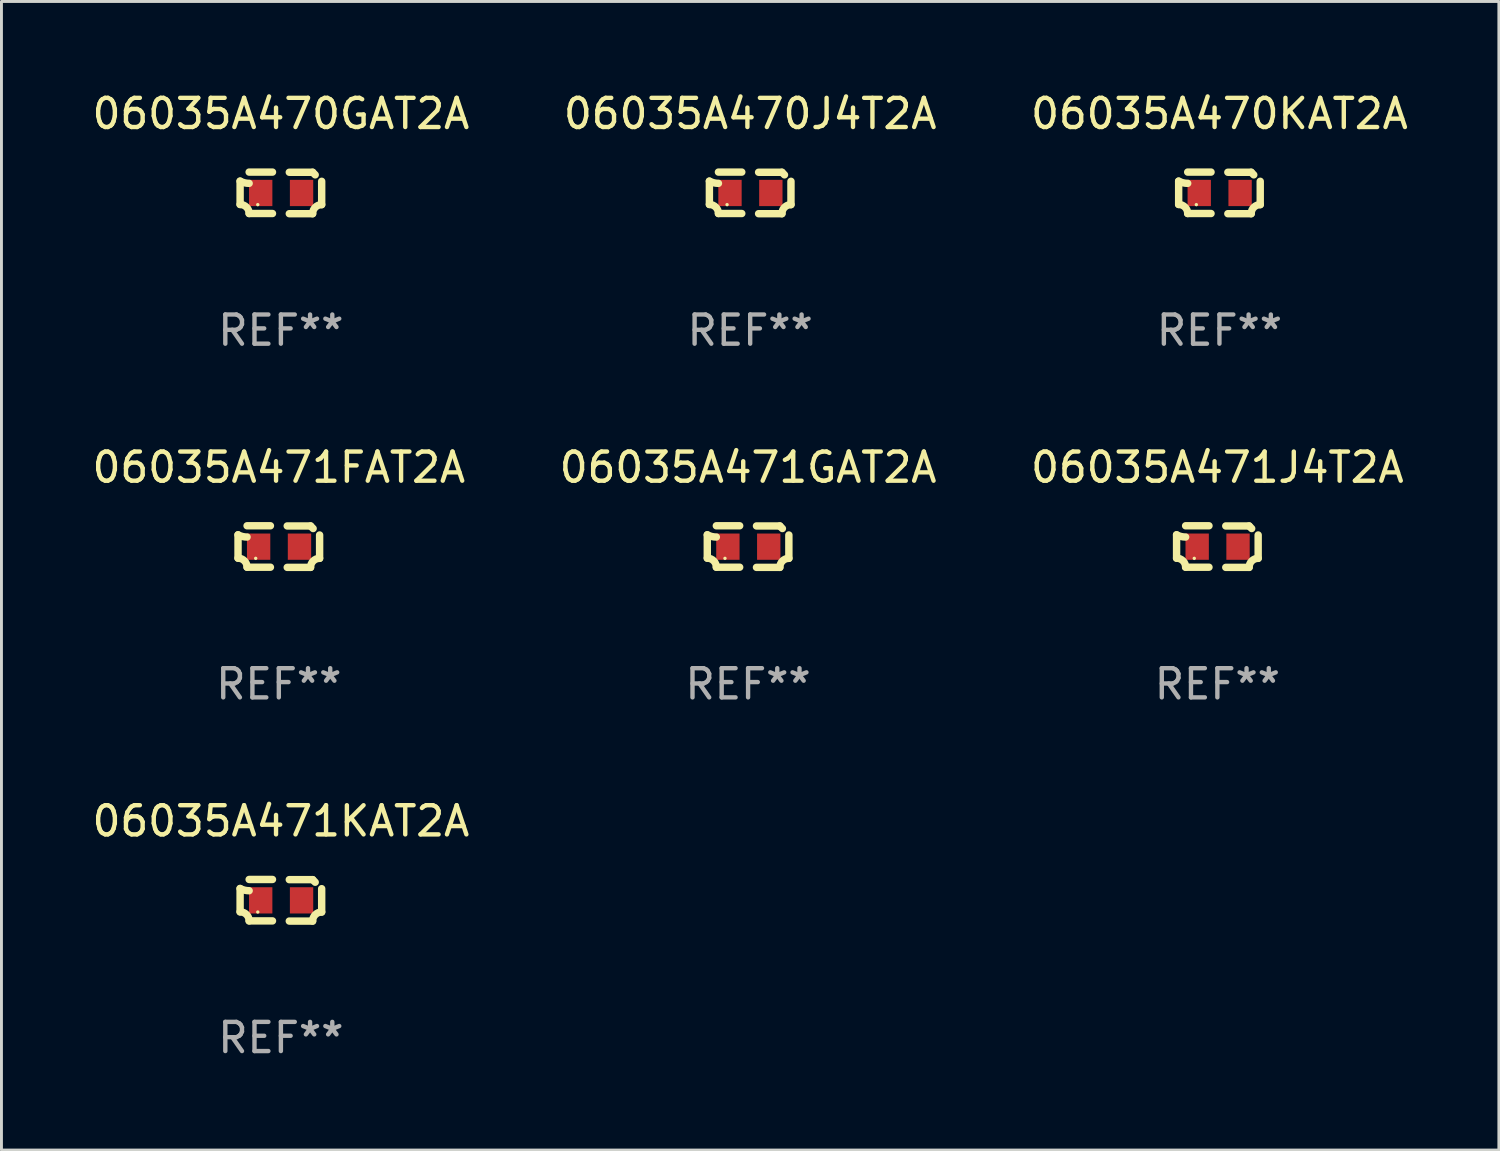
<source format=kicad_pcb>
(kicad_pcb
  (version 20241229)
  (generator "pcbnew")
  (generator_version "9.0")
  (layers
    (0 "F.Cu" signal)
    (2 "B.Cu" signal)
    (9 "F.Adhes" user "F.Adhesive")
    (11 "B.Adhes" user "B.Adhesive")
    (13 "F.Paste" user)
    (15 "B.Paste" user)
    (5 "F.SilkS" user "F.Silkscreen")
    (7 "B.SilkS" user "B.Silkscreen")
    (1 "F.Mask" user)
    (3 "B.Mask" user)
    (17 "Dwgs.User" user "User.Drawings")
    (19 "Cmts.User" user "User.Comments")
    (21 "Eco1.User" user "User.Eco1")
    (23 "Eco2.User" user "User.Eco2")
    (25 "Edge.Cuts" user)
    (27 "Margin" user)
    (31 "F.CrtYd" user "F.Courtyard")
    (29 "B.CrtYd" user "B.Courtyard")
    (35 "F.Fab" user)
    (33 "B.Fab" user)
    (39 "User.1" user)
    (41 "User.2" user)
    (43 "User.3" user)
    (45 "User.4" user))
  (footprint "06035A471FAT2A"
    (layer "F.Cu")
    (at 6.506 15.683)
    (property "Reference" "06035A471FAT2A" (at 0 -2.713 0) (layer "F.SilkS") (effects (font (size 1 1) (thickness 0.15))))
    (attr through_hole)
    (fp_line (start -1.398 -0.403) (end -1.398 0.397) (stroke (width 0.254) (type solid)) (layer "F.SilkS"))
    (fp_line (start -0.288 -0.713) (end -1.088 -0.713) (stroke (width 0.254) (type solid)) (layer "F.SilkS"))
    (fp_line (start -0.288 0.707) (end -1.088 0.707) (stroke (width 0.254) (type solid)) (layer "F.SilkS"))
    (fp_line (start 0.288 -0.707) (end 1.088 -0.707) (stroke (width 0.254) (type solid)) (layer "F.SilkS"))
    (fp_line (start 0.288 0.713) (end 1.088 0.713) (stroke (width 0.254) (type solid)) (layer "F.SilkS"))
    (fp_line (start 1.398 -0.397) (end 1.398 0.403) (stroke (width 0.254) (type solid)) (layer "F.SilkS"))
    (fp_arc (start -1.397789 0.397066) (mid -1.178701 0.487826) (end -1.08796 0.706922) (stroke (width 0.254001) (type solid)) (layer "F.SilkS"))
    (fp_arc (start -1.08796 -0.327176) (mid -1.247436 -0.346384) (end -1.39779 -0.402908) (stroke (width 0.254001) (type solid)) (layer "F.SilkS"))
    (fp_arc (start 1.087909 0.712738) (mid 1.178656 0.493655) (end 1.397739 0.402908) (stroke (width 0.254001) (type solid)) (layer "F.SilkS"))
    (fp_arc (start 1.175925 -0.618926) (mid 1.131917 -0.662923) (end 1.08791 -0.706922) (stroke (width 0.254001) (type solid)) (layer "F.SilkS"))
    (fp_circle (center -0.792 0.403) (end -0.762 0.403) (stroke (width 0.06) (type solid)) (fill no) (layer "F.SilkS"))
    (fp_text user "REF**" (at 0 4.713 0) (layer "F.Fab") (effects (font (size 1 1) (thickness 0.15))))
    (pad "1" smd rect (at -0.692 0.003) (size 0.8 0.9) (layers "F.Cu" "F.Mask" "F.Paste"))
    (pad "2" smd rect (at 0.708 0.003) (size 0.8 0.9) (layers "F.Cu" "F.Mask" "F.Paste")))
  (footprint "06035A470GAT2A"
    (layer "F.Cu")
    (at 6.577 3.561)
    (property "Reference" "06035A470GAT2A" (at 0 -2.713 0) (layer "F.SilkS") (effects (font (size 1 1) (thickness 0.15))))
    (attr through_hole)
    (fp_line (start -1.398 -0.403) (end -1.398 0.397) (stroke (width 0.254) (type solid)) (layer "F.SilkS"))
    (fp_line (start -0.288 -0.713) (end -1.088 -0.713) (stroke (width 0.254) (type solid)) (layer "F.SilkS"))
    (fp_line (start -0.288 0.707) (end -1.088 0.707) (stroke (width 0.254) (type solid)) (layer "F.SilkS"))
    (fp_line (start 0.288 -0.707) (end 1.088 -0.707) (stroke (width 0.254) (type solid)) (layer "F.SilkS"))
    (fp_line (start 0.288 0.713) (end 1.088 0.713) (stroke (width 0.254) (type solid)) (layer "F.SilkS"))
    (fp_line (start 1.398 -0.397) (end 1.398 0.403) (stroke (width 0.254) (type solid)) (layer "F.SilkS"))
    (fp_arc (start -1.397789 0.397066) (mid -1.178701 0.487826) (end -1.08796 0.706922) (stroke (width 0.254001) (type solid)) (layer "F.SilkS"))
    (fp_arc (start -1.08796 -0.327176) (mid -1.247436 -0.346384) (end -1.39779 -0.402908) (stroke (width 0.254001) (type solid)) (layer "F.SilkS"))
    (fp_arc (start 1.087909 0.712738) (mid 1.178656 0.493655) (end 1.397739 0.402908) (stroke (width 0.254001) (type solid)) (layer "F.SilkS"))
    (fp_arc (start 1.175925 -0.618926) (mid 1.131917 -0.662923) (end 1.08791 -0.706922) (stroke (width 0.254001) (type solid)) (layer "F.SilkS"))
    (fp_circle (center -0.792 0.403) (end -0.762 0.403) (stroke (width 0.06) (type solid)) (fill no) (layer "F.SilkS"))
    (fp_text user "REF**" (at 0 4.713 0) (layer "F.Fab") (effects (font (size 1 1) (thickness 0.15))))
    (pad "1" smd rect (at -0.692 0.003) (size 0.8 0.9) (layers "F.Cu" "F.Mask" "F.Paste"))
    (pad "2" smd rect (at 0.708 0.003) (size 0.8 0.9) (layers "F.Cu" "F.Mask" "F.Paste")))
  (footprint "06035A470KAT2A"
    (layer "F.Cu")
    (at 38.744 3.561)
    (property "Reference" "06035A470KAT2A" (at 0 -2.713 0) (layer "F.SilkS") (effects (font (size 1 1) (thickness 0.15))))
    (attr through_hole)
    (fp_line (start -1.398 -0.403) (end -1.398 0.397) (stroke (width 0.254) (type solid)) (layer "F.SilkS"))
    (fp_line (start -0.288 -0.713) (end -1.088 -0.713) (stroke (width 0.254) (type solid)) (layer "F.SilkS"))
    (fp_line (start -0.288 0.707) (end -1.088 0.707) (stroke (width 0.254) (type solid)) (layer "F.SilkS"))
    (fp_line (start 0.288 -0.707) (end 1.088 -0.707) (stroke (width 0.254) (type solid)) (layer "F.SilkS"))
    (fp_line (start 0.288 0.713) (end 1.088 0.713) (stroke (width 0.254) (type solid)) (layer "F.SilkS"))
    (fp_line (start 1.398 -0.397) (end 1.398 0.403) (stroke (width 0.254) (type solid)) (layer "F.SilkS"))
    (fp_arc (start -1.397789 0.397066) (mid -1.178701 0.487826) (end -1.08796 0.706922) (stroke (width 0.254001) (type solid)) (layer "F.SilkS"))
    (fp_arc (start -1.08796 -0.327176) (mid -1.247436 -0.346384) (end -1.39779 -0.402908) (stroke (width 0.254001) (type solid)) (layer "F.SilkS"))
    (fp_arc (start 1.087909 0.712738) (mid 1.178656 0.493655) (end 1.397739 0.402908) (stroke (width 0.254001) (type solid)) (layer "F.SilkS"))
    (fp_arc (start 1.175925 -0.618926) (mid 1.131917 -0.662923) (end 1.08791 -0.706922) (stroke (width 0.254001) (type solid)) (layer "F.SilkS"))
    (fp_circle (center -0.792 0.403) (end -0.762 0.403) (stroke (width 0.06) (type solid)) (fill no) (layer "F.SilkS"))
    (fp_text user "REF**" (at 0 4.713 0) (layer "F.Fab") (effects (font (size 1 1) (thickness 0.15))))
    (pad "1" smd rect (at -0.692 0.003) (size 0.8 0.9) (layers "F.Cu" "F.Mask" "F.Paste"))
    (pad "2" smd rect (at 0.708 0.003) (size 0.8 0.9) (layers "F.Cu" "F.Mask" "F.Paste")))
  (footprint "06035A471J4T2A"
    (layer "F.Cu")
    (at 38.673 15.683)
    (property "Reference" "06035A471J4T2A" (at 0 -2.713 0) (layer "F.SilkS") (effects (font (size 1 1) (thickness 0.15))))
    (attr through_hole)
    (fp_line (start -1.398 -0.403) (end -1.398 0.397) (stroke (width 0.254) (type solid)) (layer "F.SilkS"))
    (fp_line (start -0.288 -0.713) (end -1.088 -0.713) (stroke (width 0.254) (type solid)) (layer "F.SilkS"))
    (fp_line (start -0.288 0.707) (end -1.088 0.707) (stroke (width 0.254) (type solid)) (layer "F.SilkS"))
    (fp_line (start 0.288 -0.707) (end 1.088 -0.707) (stroke (width 0.254) (type solid)) (layer "F.SilkS"))
    (fp_line (start 0.288 0.713) (end 1.088 0.713) (stroke (width 0.254) (type solid)) (layer "F.SilkS"))
    (fp_line (start 1.398 -0.397) (end 1.398 0.403) (stroke (width 0.254) (type solid)) (layer "F.SilkS"))
    (fp_arc (start -1.397789 0.397066) (mid -1.178701 0.487826) (end -1.08796 0.706922) (stroke (width 0.254001) (type solid)) (layer "F.SilkS"))
    (fp_arc (start -1.08796 -0.327176) (mid -1.247436 -0.346384) (end -1.39779 -0.402908) (stroke (width 0.254001) (type solid)) (layer "F.SilkS"))
    (fp_arc (start 1.087909 0.712738) (mid 1.178656 0.493655) (end 1.397739 0.402908) (stroke (width 0.254001) (type solid)) (layer "F.SilkS"))
    (fp_arc (start 1.175925 -0.618926) (mid 1.131917 -0.662923) (end 1.08791 -0.706922) (stroke (width 0.254001) (type solid)) (layer "F.SilkS"))
    (fp_circle (center -0.792 0.403) (end -0.762 0.403) (stroke (width 0.06) (type solid)) (fill no) (layer "F.SilkS"))
    (fp_text user "REF**" (at 0 4.713 0) (layer "F.Fab") (effects (font (size 1 1) (thickness 0.15))))
    (pad "1" smd rect (at -0.692 0.003) (size 0.8 0.9) (layers "F.Cu" "F.Mask" "F.Paste"))
    (pad "2" smd rect (at 0.708 0.003) (size 0.8 0.9) (layers "F.Cu" "F.Mask" "F.Paste")))
  (footprint "06035A470J4T2A"
    (layer "F.Cu")
    (at 22.661 3.561)
    (property "Reference" "06035A470J4T2A" (at 0 -2.713 0) (layer "F.SilkS") (effects (font (size 1 1) (thickness 0.15))))
    (attr through_hole)
    (fp_line (start -1.398 -0.403) (end -1.398 0.397) (stroke (width 0.254) (type solid)) (layer "F.SilkS"))
    (fp_line (start -0.288 -0.713) (end -1.088 -0.713) (stroke (width 0.254) (type solid)) (layer "F.SilkS"))
    (fp_line (start -0.288 0.707) (end -1.088 0.707) (stroke (width 0.254) (type solid)) (layer "F.SilkS"))
    (fp_line (start 0.288 -0.707) (end 1.088 -0.707) (stroke (width 0.254) (type solid)) (layer "F.SilkS"))
    (fp_line (start 0.288 0.713) (end 1.088 0.713) (stroke (width 0.254) (type solid)) (layer "F.SilkS"))
    (fp_line (start 1.398 -0.397) (end 1.398 0.403) (stroke (width 0.254) (type solid)) (layer "F.SilkS"))
    (fp_arc (start -1.397789 0.397066) (mid -1.178701 0.487826) (end -1.08796 0.706922) (stroke (width 0.254001) (type solid)) (layer "F.SilkS"))
    (fp_arc (start -1.08796 -0.327176) (mid -1.247436 -0.346384) (end -1.39779 -0.402908) (stroke (width 0.254001) (type solid)) (layer "F.SilkS"))
    (fp_arc (start 1.087909 0.712738) (mid 1.178656 0.493655) (end 1.397739 0.402908) (stroke (width 0.254001) (type solid)) (layer "F.SilkS"))
    (fp_arc (start 1.175925 -0.618926) (mid 1.131917 -0.662923) (end 1.08791 -0.706922) (stroke (width 0.254001) (type solid)) (layer "F.SilkS"))
    (fp_circle (center -0.792 0.403) (end -0.762 0.403) (stroke (width 0.06) (type solid)) (fill no) (layer "F.SilkS"))
    (fp_text user "REF**" (at 0 4.713 0) (layer "F.Fab") (effects (font (size 1 1) (thickness 0.15))))
    (pad "1" smd rect (at -0.692 0.003) (size 0.8 0.9) (layers "F.Cu" "F.Mask" "F.Paste"))
    (pad "2" smd rect (at 0.708 0.003) (size 0.8 0.9) (layers "F.Cu" "F.Mask" "F.Paste")))
  (footprint "06035A471GAT2A"
    (layer "F.Cu")
    (at 22.589 15.683)
    (property "Reference" "06035A471GAT2A" (at 0 -2.713 0) (layer "F.SilkS") (effects (font (size 1 1) (thickness 0.15))))
    (attr through_hole)
    (fp_line (start -1.398 -0.403) (end -1.398 0.397) (stroke (width 0.254) (type solid)) (layer "F.SilkS"))
    (fp_line (start -0.288 -0.713) (end -1.088 -0.713) (stroke (width 0.254) (type solid)) (layer "F.SilkS"))
    (fp_line (start -0.288 0.707) (end -1.088 0.707) (stroke (width 0.254) (type solid)) (layer "F.SilkS"))
    (fp_line (start 0.288 -0.707) (end 1.088 -0.707) (stroke (width 0.254) (type solid)) (layer "F.SilkS"))
    (fp_line (start 0.288 0.713) (end 1.088 0.713) (stroke (width 0.254) (type solid)) (layer "F.SilkS"))
    (fp_line (start 1.398 -0.397) (end 1.398 0.403) (stroke (width 0.254) (type solid)) (layer "F.SilkS"))
    (fp_arc (start -1.397789 0.397066) (mid -1.178701 0.487826) (end -1.08796 0.706922) (stroke (width 0.254001) (type solid)) (layer "F.SilkS"))
    (fp_arc (start -1.08796 -0.327176) (mid -1.247436 -0.346384) (end -1.39779 -0.402908) (stroke (width 0.254001) (type solid)) (layer "F.SilkS"))
    (fp_arc (start 1.087909 0.712738) (mid 1.178656 0.493655) (end 1.397739 0.402908) (stroke (width 0.254001) (type solid)) (layer "F.SilkS"))
    (fp_arc (start 1.175925 -0.618926) (mid 1.131917 -0.662923) (end 1.08791 -0.706922) (stroke (width 0.254001) (type solid)) (layer "F.SilkS"))
    (fp_circle (center -0.792 0.403) (end -0.762 0.403) (stroke (width 0.06) (type solid)) (fill no) (layer "F.SilkS"))
    (fp_text user "REF**" (at 0 4.713 0) (layer "F.Fab") (effects (font (size 1 1) (thickness 0.15))))
    (pad "1" smd rect (at -0.692 0.003) (size 0.8 0.9) (layers "F.Cu" "F.Mask" "F.Paste"))
    (pad "2" smd rect (at 0.708 0.003) (size 0.8 0.9) (layers "F.Cu" "F.Mask" "F.Paste")))
  (footprint "06035A471KAT2A"
    (layer "F.Cu")
    (at 6.577 27.805)
    (property "Reference" "06035A471KAT2A" (at 0 -2.713 0) (layer "F.SilkS") (effects (font (size 1 1) (thickness 0.15))))
    (attr through_hole)
    (fp_line (start -1.398 -0.403) (end -1.398 0.397) (stroke (width 0.254) (type solid)) (layer "F.SilkS"))
    (fp_line (start -0.288 -0.713) (end -1.088 -0.713) (stroke (width 0.254) (type solid)) (layer "F.SilkS"))
    (fp_line (start -0.288 0.707) (end -1.088 0.707) (stroke (width 0.254) (type solid)) (layer "F.SilkS"))
    (fp_line (start 0.288 -0.707) (end 1.088 -0.707) (stroke (width 0.254) (type solid)) (layer "F.SilkS"))
    (fp_line (start 0.288 0.713) (end 1.088 0.713) (stroke (width 0.254) (type solid)) (layer "F.SilkS"))
    (fp_line (start 1.398 -0.397) (end 1.398 0.403) (stroke (width 0.254) (type solid)) (layer "F.SilkS"))
    (fp_arc (start -1.397789 0.397066) (mid -1.178701 0.487826) (end -1.08796 0.706922) (stroke (width 0.254001) (type solid)) (layer "F.SilkS"))
    (fp_arc (start -1.08796 -0.327176) (mid -1.247436 -0.346384) (end -1.39779 -0.402908) (stroke (width 0.254001) (type solid)) (layer "F.SilkS"))
    (fp_arc (start 1.087909 0.712738) (mid 1.178656 0.493655) (end 1.397739 0.402908) (stroke (width 0.254001) (type solid)) (layer "F.SilkS"))
    (fp_arc (start 1.175925 -0.618926) (mid 1.131917 -0.662923) (end 1.08791 -0.706922) (stroke (width 0.254001) (type solid)) (layer "F.SilkS"))
    (fp_circle (center -0.792 0.403) (end -0.762 0.403) (stroke (width 0.06) (type solid)) (fill no) (layer "F.SilkS"))
    (fp_text user "REF**" (at 0 4.713 0) (layer "F.Fab") (effects (font (size 1 1) (thickness 0.15))))
    (pad "1" smd rect (at -0.692 0.003) (size 0.8 0.9) (layers "F.Cu" "F.Mask" "F.Paste"))
    (pad "2" smd rect (at 0.708 0.003) (size 0.8 0.9) (layers "F.Cu" "F.Mask" "F.Paste")))
  (gr_rect
    (start -3 -3)
    (end 48.321 36.366)
    (stroke (width 0.1) (type default))
    (fill no)
    (layer "Edge.Cuts")))
</source>
